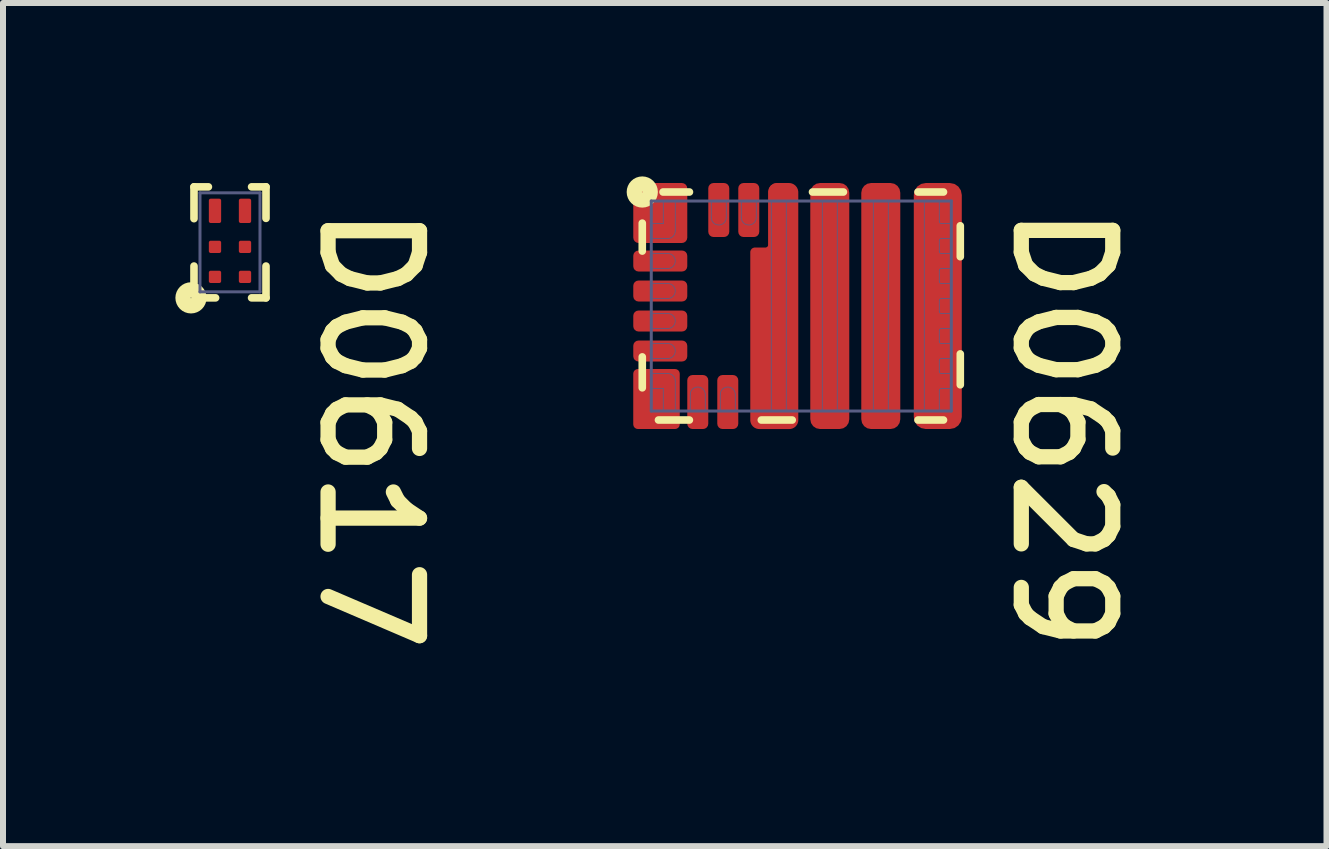
<source format=kicad_pcb>
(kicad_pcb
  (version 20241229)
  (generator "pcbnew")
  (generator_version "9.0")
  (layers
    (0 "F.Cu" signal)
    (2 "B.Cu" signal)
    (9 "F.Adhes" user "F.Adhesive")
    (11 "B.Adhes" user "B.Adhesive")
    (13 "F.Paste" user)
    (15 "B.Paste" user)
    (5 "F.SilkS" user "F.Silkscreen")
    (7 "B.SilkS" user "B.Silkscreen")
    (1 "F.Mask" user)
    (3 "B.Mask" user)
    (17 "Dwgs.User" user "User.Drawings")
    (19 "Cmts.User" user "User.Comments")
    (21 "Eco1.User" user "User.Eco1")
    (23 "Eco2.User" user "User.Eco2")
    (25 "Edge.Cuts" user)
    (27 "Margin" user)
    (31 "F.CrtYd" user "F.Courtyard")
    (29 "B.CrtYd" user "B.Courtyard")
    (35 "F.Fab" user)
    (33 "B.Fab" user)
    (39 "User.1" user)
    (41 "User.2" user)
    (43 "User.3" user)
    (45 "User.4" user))
  (footprint "D0629"
    (layer "F.Cu")
    (at 10.304 2.05)
    (property "Reference" "D0629" (at 3.467 -1.791 270) (unlocked yes) (layer "F.SilkS") (effects (font (size 1.524 1.524) (thickness 0.254)) (justify left bottom)))
    (attr smd)
    (fp_poly (pts (xy -2.525 1.39) (xy -2.075 1.39) (xy -2.075 1.11) (xy -2.525 1.11)) (stroke (width 0.07) (type solid)) (fill yes) (layer "F.Mask"))
    (fp_poly (pts (xy -2.075 -1.39) (xy -2.525 -1.39) (xy -2.525 -1.11) (xy -2.075 -1.11)) (stroke (width 0.07) (type solid)) (fill yes) (layer "F.Mask"))
    (fp_poly (pts (xy -2.072 -1.302) (xy -2.072 -1.758) (xy -2.328 -1.758) (xy -2.328 -1.302)) (stroke (width 0.064) (type solid)) (fill yes) (layer "F.Mask"))
    (fp_poly (pts (xy -2.072 1.758) (xy -2.072 1.302) (xy -2.328 1.302) (xy -2.328 1.758)) (stroke (width 0.064) (type solid)) (fill yes) (layer "F.Mask"))
    (fp_poly (pts (xy -2.07 -0.87) (xy -2.53 -0.87) (xy -2.53 -0.63) (xy -2.07 -0.63)) (stroke (width 0.06) (type solid)) (fill yes) (layer "F.Mask"))
    (fp_poly (pts (xy -2.07 0.13) (xy -2.53 0.13) (xy -2.53 0.37) (xy -2.07 0.37)) (stroke (width 0.06) (type solid)) (fill yes) (layer "F.Mask"))
    (fp_poly (pts (xy -2.07 0.63) (xy -2.53 0.63) (xy -2.53 0.87) (xy -2.07 0.87)) (stroke (width 0.06) (type solid)) (fill yes) (layer "F.Mask"))
    (fp_poly (pts (xy -2.07 -0.37) (xy -2.53 -0.37) (xy -2.53 -0.13) (xy -2.07 -0.13)) (stroke (width 0.06) (type solid)) (fill yes) (layer "F.Mask"))
    (fp_poly (pts (xy -1.845 1.32) (xy -1.845 1.78) (xy -1.605 1.78) (xy -1.605 1.32)) (stroke (width 0.06) (type solid)) (fill yes) (layer "F.Mask"))
    (fp_poly (pts (xy -1.345 1.32) (xy -1.345 1.78) (xy -1.105 1.78) (xy -1.105 1.32)) (stroke (width 0.06) (type solid)) (fill yes) (layer "F.Mask"))
    (fp_poly (pts (xy -1.255 -1.32) (xy -1.255 -1.78) (xy -1.495 -1.78) (xy -1.495 -1.32)) (stroke (width 0.06) (type solid)) (fill yes) (layer "F.Mask"))
    (fp_poly (pts (xy -0.755 -1.32) (xy -0.755 -1.78) (xy -0.995 -1.78) (xy -0.995 -1.32)) (stroke (width 0.06) (type solid)) (fill yes) (layer "F.Mask"))
    (fp_poly (pts (xy -0.255 1.78) (xy -0.255 -1.78) (xy -0.495 -1.78) (xy -0.495 1.78)) (stroke (width 0.06) (type solid)) (fill yes) (layer "F.Mask"))
    (fp_poly (pts (xy 0.567 1.718) (xy 0.567 -1.718) (xy 0.382 -1.718) (xy 0.382 1.718)) (stroke (width 0.185) (type solid)) (fill yes) (layer "F.Mask"))
    (fp_poly (pts (xy 1.417 1.718) (xy 1.417 -1.718) (xy 1.232 -1.718) (xy 1.232 1.718)) (stroke (width 0.185) (type solid)) (fill yes) (layer "F.Mask"))
    (fp_poly (pts (xy 2.515 1.75) (xy 2.515 -1.75) (xy 2.035 -1.75) (xy 2.035 1.75)) (stroke (width 0.12) (type solid)) (fill yes) (layer "F.Mask"))
    (fp_line (start -2.65 -1.381) (end -2.65 -0.916) (stroke (width 0.127) (type solid)) (layer "F.SilkS"))
    (fp_line (start -2.65 0.848) (end -2.65 1.363) (stroke (width 0.127) (type solid)) (layer "F.SilkS"))
    (fp_line (start -2.38 1.9) (end -1.865 1.9) (stroke (width 0.127) (type solid)) (layer "F.SilkS"))
    (fp_line (start -2.304 -1.9) (end -1.864 -1.9) (stroke (width 0.127) (type solid)) (layer "F.SilkS"))
    (fp_line (start -0.666 1.9) (end -0.151 1.9) (stroke (width 0.127) (type solid)) (layer "F.SilkS"))
    (fp_line (start 0.187 -1.9) (end 0.702 -1.9) (stroke (width 0.127) (type solid)) (layer "F.SilkS"))
    (fp_line (start 1.945 -1.9) (end 2.37 -1.9) (stroke (width 0.127) (type solid)) (layer "F.SilkS"))
    (fp_line (start 1.945 1.9) (end 2.37 1.9) (stroke (width 0.127) (type solid)) (layer "F.SilkS"))
    (fp_line (start 2.65 -1.337) (end 2.65 -0.822) (stroke (width 0.127) (type solid)) (layer "F.SilkS"))
    (fp_line (start 2.65 0.798) (end 2.65 1.313) (stroke (width 0.127) (type solid)) (layer "F.SilkS"))
    (fp_circle (center -2.65 -1.9) (end -2.644 -1.9) (stroke (width 0.254) (type solid)) (fill no) (layer "F.SilkS"))
    (fp_poly (pts (xy -2.458 -0.312) (xy -2.458 -0.188) (xy -2.183 -0.188) (xy -2.183 -0.312)) (stroke (width 0.125) (type solid)) (fill yes) (layer "F.Paste"))
    (fp_poly (pts (xy -2.438 -0.812) (xy -2.438 -0.688) (xy -2.163 -0.688) (xy -2.163 -0.812)) (stroke (width 0.125) (type solid)) (fill yes) (layer "F.Paste"))
    (fp_poly (pts (xy -2.438 0.188) (xy -2.438 0.312) (xy -2.163 0.312) (xy -2.163 0.188)) (stroke (width 0.125) (type solid)) (fill yes) (layer "F.Paste"))
    (fp_poly (pts (xy -2.438 0.688) (xy -2.438 0.812) (xy -2.163 0.812) (xy -2.163 0.688)) (stroke (width 0.125) (type solid)) (fill yes) (layer "F.Paste"))
    (fp_poly (pts (xy -2.297 1.491) (xy -2.129 1.491) (xy -2.129 1.159) (xy -2.297 1.159)) (stroke (width 0.168) (type solid)) (fill yes) (layer "F.Paste"))
    (fp_poly (pts (xy -2.191 -1.541) (xy -2.359 -1.541) (xy -2.359 -1.209) (xy -2.191 -1.209)) (stroke (width 0.168) (type solid)) (fill yes) (layer "F.Paste"))
    (fp_poly (pts (xy -1.788 1.687) (xy -1.663 1.687) (xy -1.663 1.412) (xy -1.788 1.412)) (stroke (width 0.125) (type solid)) (fill yes) (layer "F.Paste"))
    (fp_poly (pts (xy -1.313 -1.687) (xy -1.438 -1.687) (xy -1.438 -1.412) (xy -1.313 -1.412)) (stroke (width 0.125) (type solid)) (fill yes) (layer "F.Paste"))
    (fp_poly (pts (xy -1.288 1.687) (xy -1.163 1.687) (xy -1.163 1.412) (xy -1.288 1.412)) (stroke (width 0.125) (type solid)) (fill yes) (layer "F.Paste"))
    (fp_poly (pts (xy -0.813 -1.687) (xy -0.938 -1.687) (xy -0.938 -1.412) (xy -0.813 -1.412)) (stroke (width 0.125) (type solid)) (fill yes) (layer "F.Paste"))
    (fp_poly (pts (xy -0.313 1.688) (xy -0.313 -1.688) (xy -0.438 -1.688) (xy -0.438 1.688)) (stroke (width 0.125) (type solid)) (fill yes) (layer "F.Paste"))
    (fp_poly (pts (xy 0.537 1.688) (xy 0.537 -1.688) (xy 0.412 -1.688) (xy 0.412 1.688)) (stroke (width 0.125) (type solid)) (fill yes) (layer "F.Paste"))
    (fp_poly (pts (xy 1.387 1.688) (xy 1.387 -1.688) (xy 1.262 -1.688) (xy 1.262 1.688)) (stroke (width 0.125) (type solid)) (fill yes) (layer "F.Paste"))
    (fp_poly (pts (xy 2.302 1.666) (xy 2.302 -1.666) (xy 2.134 -1.666) (xy 2.134 1.666)) (stroke (width 0.168) (type solid)) (fill yes) (layer "F.Paste"))
    (fp_line (start -2.5 -1.75) (end -2.5 1.75) (stroke (width 0.05) (type solid)) (layer "B.Fab"))
    (fp_line (start -2.5 -1.75) (end 2.5 -1.75) (stroke (width 0.05) (type solid)) (layer "B.Fab"))
    (fp_line (start -2.5 -1.375) (end -2.5 -1.125) (stroke (width 0.013) (type solid)) (layer "B.Fab"))
    (fp_line (start -2.5 -1.375) (end -2.3 -1.375) (stroke (width 0.013) (type solid)) (layer "B.Fab"))
    (fp_line (start -2.5 -1.125) (end -2.225 -1.125) (stroke (width 0.013) (type solid)) (layer "B.Fab"))
    (fp_line (start -2.5 -0.875) (end -2.5 -0.625) (stroke (width 0.013) (type solid)) (layer "B.Fab"))
    (fp_line (start -2.5 -0.875) (end -2.225 -0.875) (stroke (width 0.013) (type solid)) (layer "B.Fab"))
    (fp_line (start -2.5 -0.625) (end -2.225 -0.625) (stroke (width 0.013) (type solid)) (layer "B.Fab"))
    (fp_line (start -2.5 -0.375) (end -2.5 -0.125) (stroke (width 0.013) (type solid)) (layer "B.Fab"))
    (fp_line (start -2.5 -0.375) (end -2.225 -0.375) (stroke (width 0.013) (type solid)) (layer "B.Fab"))
    (fp_line (start -2.5 -0.125) (end -2.225 -0.125) (stroke (width 0.013) (type solid)) (layer "B.Fab"))
    (fp_line (start -2.5 0.125) (end -2.5 0.375) (stroke (width 0.013) (type solid)) (layer "B.Fab"))
    (fp_line (start -2.5 0.125) (end -2.225 0.125) (stroke (width 0.013) (type solid)) (layer "B.Fab"))
    (fp_line (start -2.5 0.375) (end -2.225 0.375) (stroke (width 0.013) (type solid)) (layer "B.Fab"))
    (fp_line (start -2.5 0.625) (end -2.5 0.875) (stroke (width 0.013) (type solid)) (layer "B.Fab"))
    (fp_line (start -2.5 0.625) (end -2.225 0.625) (stroke (width 0.013) (type solid)) (layer "B.Fab"))
    (fp_line (start -2.5 0.875) (end -2.225 0.875) (stroke (width 0.013) (type solid)) (layer "B.Fab"))
    (fp_line (start -2.5 1.125) (end -2.5 1.375) (stroke (width 0.013) (type solid)) (layer "B.Fab"))
    (fp_line (start -2.5 1.125) (end -2.225 1.125) (stroke (width 0.013) (type solid)) (layer "B.Fab"))
    (fp_line (start -2.5 1.375) (end -2.3 1.375) (stroke (width 0.013) (type solid)) (layer "B.Fab"))
    (fp_line (start -2.5 1.75) (end 2.5 1.75) (stroke (width 0.05) (type solid)) (layer "B.Fab"))
    (fp_line (start -2.3 -1.75) (end -2.3 -1.375) (stroke (width 0.013) (type solid)) (layer "B.Fab"))
    (fp_line (start -2.3 -1.75) (end -2.1 -1.75) (stroke (width 0.013) (type solid)) (layer "B.Fab"))
    (fp_line (start -2.3 1.375) (end -2.3 1.75) (stroke (width 0.013) (type solid)) (layer "B.Fab"))
    (fp_line (start -2.3 1.75) (end -2.1 1.75) (stroke (width 0.013) (type solid)) (layer "B.Fab"))
    (fp_line (start -2.1 -1.75) (end -2.1 -1.25) (stroke (width 0.013) (type solid)) (layer "B.Fab"))
    (fp_line (start -2.1 1.25) (end -2.1 1.75) (stroke (width 0.013) (type solid)) (layer "B.Fab"))
    (fp_line (start -1.85 1.475) (end -1.85 1.75) (stroke (width 0.013) (type solid)) (layer "B.Fab"))
    (fp_line (start -1.85 1.75) (end -1.6 1.75) (stroke (width 0.013) (type solid)) (layer "B.Fab"))
    (fp_line (start -1.6 1.475) (end -1.6 1.75) (stroke (width 0.013) (type solid)) (layer "B.Fab"))
    (fp_line (start -1.5 -1.75) (end -1.5 -1.475) (stroke (width 0.013) (type solid)) (layer "B.Fab"))
    (fp_line (start -1.5 -1.75) (end -1.25 -1.75) (stroke (width 0.013) (type solid)) (layer "B.Fab"))
    (fp_line (start -1.35 1.475) (end -1.35 1.75) (stroke (width 0.013) (type solid)) (layer "B.Fab"))
    (fp_line (start -1.35 1.75) (end -1.1 1.75) (stroke (width 0.013) (type solid)) (layer "B.Fab"))
    (fp_line (start -1.25 -1.75) (end -1.25 -1.475) (stroke (width 0.013) (type solid)) (layer "B.Fab"))
    (fp_line (start -1.1 1.475) (end -1.1 1.75) (stroke (width 0.013) (type solid)) (layer "B.Fab"))
    (fp_line (start -1 -1.75) (end -1 -1.475) (stroke (width 0.013) (type solid)) (layer "B.Fab"))
    (fp_line (start -1 -1.75) (end -0.75 -1.75) (stroke (width 0.013) (type solid)) (layer "B.Fab"))
    (fp_line (start -0.75 -1.75) (end -0.75 -1.475) (stroke (width 0.013) (type solid)) (layer "B.Fab"))
    (fp_line (start -0.5 -1.75) (end -0.5 1.75) (stroke (width 0.013) (type solid)) (layer "B.Fab"))
    (fp_line (start -0.5 -1.75) (end -0.25 -1.75) (stroke (width 0.013) (type solid)) (layer "B.Fab"))
    (fp_line (start -0.5 1.75) (end -0.25 1.75) (stroke (width 0.013) (type solid)) (layer "B.Fab"))
    (fp_line (start -0.25 -1.75) (end -0.25 1.75) (stroke (width 0.013) (type solid)) (layer "B.Fab"))
    (fp_line (start 0.35 -1.75) (end 0.35 1.75) (stroke (width 0.013) (type solid)) (layer "B.Fab"))
    (fp_line (start 0.35 -1.75) (end 0.6 -1.75) (stroke (width 0.013) (type solid)) (layer "B.Fab"))
    (fp_line (start 0.35 1.75) (end 0.6 1.75) (stroke (width 0.013) (type solid)) (layer "B.Fab"))
    (fp_line (start 0.6 -1.75) (end 0.6 1.75) (stroke (width 0.013) (type solid)) (layer "B.Fab"))
    (fp_line (start 1.2 -1.75) (end 1.2 1.75) (stroke (width 0.013) (type solid)) (layer "B.Fab"))
    (fp_line (start 1.2 -1.75) (end 1.45 -1.75) (stroke (width 0.013) (type solid)) (layer "B.Fab"))
    (fp_line (start 1.2 1.75) (end 1.45 1.75) (stroke (width 0.013) (type solid)) (layer "B.Fab"))
    (fp_line (start 1.45 -1.75) (end 1.45 1.75) (stroke (width 0.013) (type solid)) (layer "B.Fab"))
    (fp_line (start 2.05 -1.75) (end 2.05 1.75) (stroke (width 0.013) (type solid)) (layer "B.Fab"))
    (fp_line (start 2.05 -1.75) (end 2.3 -1.75) (stroke (width 0.013) (type solid)) (layer "B.Fab"))
    (fp_line (start 2.05 1.75) (end 2.3 1.75) (stroke (width 0.013) (type solid)) (layer "B.Fab"))
    (fp_line (start 2.3 -1.75) (end 2.3 -1.41) (stroke (width 0.013) (type solid)) (layer "B.Fab"))
    (fp_line (start 2.3 -1.09) (end 2.3 -0.91) (stroke (width 0.013) (type solid)) (layer "B.Fab"))
    (fp_line (start 2.3 -0.59) (end 2.3 -0.41) (stroke (width 0.013) (type solid)) (layer "B.Fab"))
    (fp_line (start 2.3 -0.09) (end 2.3 0.09) (stroke (width 0.013) (type solid)) (layer "B.Fab"))
    (fp_line (start 2.3 0.41) (end 2.3 0.59) (stroke (width 0.013) (type solid)) (layer "B.Fab"))
    (fp_line (start 2.3 0.91) (end 2.3 1.09) (stroke (width 0.013) (type solid)) (layer "B.Fab"))
    (fp_line (start 2.3 1.41) (end 2.3 1.75) (stroke (width 0.013) (type solid)) (layer "B.Fab"))
    (fp_line (start 2.335 -1.375) (end 2.5 -1.375) (stroke (width 0.013) (type solid)) (layer "B.Fab"))
    (fp_line (start 2.335 -1.125) (end 2.5 -1.125) (stroke (width 0.013) (type solid)) (layer "B.Fab"))
    (fp_line (start 2.335 -0.875) (end 2.5 -0.875) (stroke (width 0.013) (type solid)) (layer "B.Fab"))
    (fp_line (start 2.335 -0.625) (end 2.5 -0.625) (stroke (width 0.013) (type solid)) (layer "B.Fab"))
    (fp_line (start 2.335 -0.375) (end 2.5 -0.375) (stroke (width 0.013) (type solid)) (layer "B.Fab"))
    (fp_line (start 2.335 -0.125) (end 2.5 -0.125) (stroke (width 0.013) (type solid)) (layer "B.Fab"))
    (fp_line (start 2.335 0.125) (end 2.5 0.125) (stroke (width 0.013) (type solid)) (layer "B.Fab"))
    (fp_line (start 2.335 0.375) (end 2.5 0.375) (stroke (width 0.013) (type solid)) (layer "B.Fab"))
    (fp_line (start 2.335 0.625) (end 2.5 0.625) (stroke (width 0.013) (type solid)) (layer "B.Fab"))
    (fp_line (start 2.335 0.875) (end 2.5 0.875) (stroke (width 0.013) (type solid)) (layer "B.Fab"))
    (fp_line (start 2.335 1.125) (end 2.5 1.125) (stroke (width 0.013) (type solid)) (layer "B.Fab"))
    (fp_line (start 2.335 1.375) (end 2.5 1.375) (stroke (width 0.013) (type solid)) (layer "B.Fab"))
    (fp_line (start 2.5 -1.75) (end 2.5 1.75) (stroke (width 0.05) (type solid)) (layer "B.Fab"))
    (fp_line (start 2.5 -1.375) (end 2.5 -1.125) (stroke (width 0.013) (type solid)) (layer "B.Fab"))
    (fp_line (start 2.5 -0.875) (end 2.5 -0.625) (stroke (width 0.013) (type solid)) (layer "B.Fab"))
    (fp_line (start 2.5 -0.375) (end 2.5 -0.125) (stroke (width 0.013) (type solid)) (layer "B.Fab"))
    (fp_line (start 2.5 0.125) (end 2.5 0.375) (stroke (width 0.013) (type solid)) (layer "B.Fab"))
    (fp_line (start 2.5 0.625) (end 2.5 0.875) (stroke (width 0.013) (type solid)) (layer "B.Fab"))
    (fp_line (start 2.5 1.125) (end 2.5 1.375) (stroke (width 0.013) (type solid)) (layer "B.Fab"))
    (fp_arc (start -2.22525 -0.87508) (mid -2.10025 -0.75008) (end -2.22525 -0.62508) (stroke (width 0.0127) (type solid)) (layer "B.Fab"))
    (fp_arc (start -2.22525 -0.37508) (mid -2.10025 -0.25008) (end -2.22525 -0.12508) (stroke (width 0.0127) (type solid)) (layer "B.Fab"))
    (fp_arc (start -2.22525 0.12492) (mid -2.10025 0.24992) (end -2.22525 0.37492) (stroke (width 0.0127) (type solid)) (layer "B.Fab"))
    (fp_arc (start -2.22525 0.62492) (mid -2.10025 0.74992) (end -2.22525 0.87492) (stroke (width 0.0127) (type solid)) (layer "B.Fab"))
    (fp_arc (start -2.22525 1.12492) (mid -2.136862 1.161532) (end -2.10025 1.24992) (stroke (width 0.0127) (type solid)) (layer "B.Fab"))
    (fp_arc (start -2.10025 -1.25008) (mid -2.136862 -1.161692) (end -2.22525 -1.12508) (stroke (width 0.0127) (type solid)) (layer "B.Fab"))
    (fp_arc (start -1.85025 1.47492) (mid -1.72525 1.34992) (end -1.60025 1.47492) (stroke (width 0.0127) (type solid)) (layer "B.Fab"))
    (fp_arc (start -1.35025 1.47492) (mid -1.22525 1.34992) (end -1.10025 1.47492) (stroke (width 0.0127) (type solid)) (layer "B.Fab"))
    (fp_arc (start -1.25025 -1.47508) (mid -1.37525 -1.35008) (end -1.50025 -1.47508) (stroke (width 0.0127) (type solid)) (layer "B.Fab"))
    (fp_arc (start -0.75025 -1.47508) (mid -0.87525 -1.35008) (end -1.00025 -1.47508) (stroke (width 0.0127) (type solid)) (layer "B.Fab"))
    (fp_arc (start 2.29975 -1.090079) (mid 2.310001 -1.114828) (end 2.334749 -1.12508) (stroke (width 0.0127) (type solid)) (layer "B.Fab"))
    (fp_arc (start 2.29975 -0.59008) (mid 2.310001 -0.614829) (end 2.33475 -0.62508) (stroke (width 0.0127) (type solid)) (layer "B.Fab"))
    (fp_arc (start 2.29975 -0.09008) (mid 2.310001 -0.114829) (end 2.33475 -0.12508) (stroke (width 0.0127) (type solid)) (layer "B.Fab"))
    (fp_arc (start 2.29975 0.409921) (mid 2.310001 0.385172) (end 2.334749 0.37492) (stroke (width 0.0127) (type solid)) (layer "B.Fab"))
    (fp_arc (start 2.29975 0.90992) (mid 2.310001 0.885171) (end 2.33475 0.87492) (stroke (width 0.0127) (type solid)) (layer "B.Fab"))
    (fp_arc (start 2.29975 1.409921) (mid 2.310001 1.385172) (end 2.334749 1.37492) (stroke (width 0.0127) (type solid)) (layer "B.Fab"))
    (fp_arc (start 2.334749 -1.37508) (mid 2.310001 -1.385332) (end 2.29975 -1.410081) (stroke (width 0.0127) (type solid)) (layer "B.Fab"))
    (fp_arc (start 2.334749 -0.37508) (mid 2.310001 -0.385332) (end 2.29975 -0.410081) (stroke (width 0.0127) (type solid)) (layer "B.Fab"))
    (fp_arc (start 2.334749 1.12492) (mid 2.310001 1.114668) (end 2.29975 1.089919) (stroke (width 0.0127) (type solid)) (layer "B.Fab"))
    (fp_arc (start 2.33475 -0.87508) (mid 2.310001 -0.885331) (end 2.29975 -0.91008) (stroke (width 0.0127) (type solid)) (layer "B.Fab"))
    (fp_arc (start 2.33475 0.12492) (mid 2.310001 0.114669) (end 2.29975 0.08992) (stroke (width 0.0127) (type solid)) (layer "B.Fab"))
    (fp_arc (start 2.33475 0.62492) (mid 2.310001 0.614669) (end 2.29975 0.58992) (stroke (width 0.0127) (type solid)) (layer "B.Fab"))
    (pad "" smd custom (at -0.05 -1.894 270) (size 0.000001 0.000001) (layers "F.Cu") (options (anchor circle)) (primitives (gr_poly (pts (arc (start 0 0) (mid -0.110104 0.045606) (end -0.15571 0.15571)) (arc (start -0.15571 0.34429) (mid -0.110104 0.454394) (end 0 0.5)) (arc (start 0.86929 0.5) (mid 0.904652 0.514648) (end 0.9193 0.55001)) (xy 0.919 0.55) (arc (start 0.91929 0.72195) (mid 0.942153 0.777147) (end 0.99735 0.80001)) (arc (start 3.79429 0.80001) (mid 3.900356 0.756076) (end 3.94429 0.65001)) (arc (start 3.94429 0.15001) (mid 3.900356 0.043944) (end 3.79429 0.00001)) (xy 3.794 0)) (width 0) (fill yes))))
    (pad "1" smd roundrect (at -2.35 -1.55) (size 0.9 1) (layers "F.Cu" "F.Mask" "F.Paste") (roundrect_rratio 0.1))
    (pad "2" smd roundrect (at -2.35 -0.75 90) (size 0.35 0.9) (layers "F.Cu" "F.Mask" "F.Paste") (roundrect_rratio 0.25))
    (pad "3" smd roundrect (at -2.35 -0.25 90) (size 0.35 0.9) (layers "F.Cu" "F.Mask" "F.Paste") (roundrect_rratio 0.25))
    (pad "4" smd roundrect (at -2.35 0.25 90) (size 0.35 0.9) (layers "F.Cu" "F.Mask" "F.Paste") (roundrect_rratio 0.25))
    (pad "5" smd roundrect (at -2.35 0.75 90) (size 0.35 0.9) (layers "F.Cu" "F.Mask" "F.Paste") (roundrect_rratio 0.25))
    (pad "6" smd roundrect (at -2.413 1.55) (size 0.775 1) (layers "F.Cu" "F.Mask" "F.Paste") (roundrect_rratio 0.1))
    (pad "7" smd roundrect (at -1.725 1.6 180) (size 0.35 0.9) (layers "F.Cu" "F.Mask" "F.Paste") (roundrect_rratio 0.25))
    (pad "8" smd roundrect (at -1.225 1.6 180) (size 0.35 0.9) (layers "F.Cu" "F.Mask" "F.Paste") (roundrect_rratio 0.25))
    (pad "9" smd roundrect (at -0.375 0) (size 0.35 4.1) (layers "F.Cu" "F.Mask" "F.Paste") (roundrect_rratio 0.4))
    (pad "10" smd roundrect (at 0.475 0) (size 0.65 4.1) (layers "F.Cu" "F.Mask" "F.Paste") (roundrect_rratio 0.25))
    (pad "11" smd roundrect (at 1.325 0) (size 0.65 4.1) (layers "F.Cu" "F.Mask" "F.Paste") (roundrect_rratio 0.25))
    (pad "12" smd roundrect (at 2.275 -0.00004) (size 0.8 4.1) (layers "F.Cu" "F.Mask" "F.Paste") (roundrect_rratio 0.25))
    (pad "13" smd roundrect (at -0.875 -1.6) (size 0.35 0.9) (layers "F.Cu" "F.Mask" "F.Paste") (roundrect_rratio 0.25))
    (pad "14" smd roundrect (at -1.375 -1.6) (size 0.35 0.9) (layers "F.Cu" "F.Mask" "F.Paste") (roundrect_rratio 0.25)))
  (footprint "D0617"
    (layer "F.Cu")
    (at 0.783 0.989)
    (property "Reference" "D0617" (at 1.435 -0.724 270) (unlocked yes) (layer "F.SilkS") (effects (font (size 1.524 1.524) (thickness 0.254)) (justify left bottom)))
    (attr smd)
    (fp_line (start -0.6 -0.925) (end -0.6 -0.395) (stroke (width 0.127) (type solid)) (layer "F.SilkS"))
    (fp_line (start -0.6 -0.925) (end -0.36 -0.925) (stroke (width 0.127) (type solid)) (layer "F.SilkS"))
    (fp_line (start -0.6 0.395) (end -0.6 0.674) (stroke (width 0.127) (type solid)) (layer "F.SilkS"))
    (fp_line (start -0.4 0.925) (end -0.24 0.925) (stroke (width 0.127) (type solid)) (layer "F.SilkS"))
    (fp_line (start 0.36 -0.925) (end 0.6 -0.925) (stroke (width 0.127) (type solid)) (layer "F.SilkS"))
    (fp_line (start 0.36 0.925) (end 0.6 0.925) (stroke (width 0.127) (type solid)) (layer "F.SilkS"))
    (fp_line (start 0.6 -0.925) (end 0.6 -0.4) (stroke (width 0.127) (type solid)) (layer "F.SilkS"))
    (fp_line (start 0.6 0.395) (end 0.6 0.925) (stroke (width 0.127) (type solid)) (layer "F.SilkS"))
    (fp_circle (center -0.65 0.925) (end -0.644 0.925) (stroke (width 0.254) (type solid)) (fill no) (layer "F.SilkS"))
    (fp_line (start -0.5 -0.825) (end -0.5 0.825) (stroke (width 0.05) (type solid)) (layer "B.Fab"))
    (fp_line (start -0.5 -0.825) (end 0.5 -0.825) (stroke (width 0.05) (type solid)) (layer "B.Fab"))
    (fp_line (start 0.5 -0.825) (end 0.5 0.825) (stroke (width 0.05) (type solid)) (layer "B.Fab"))
    (fp_line (start 0.5 0.825) (end -0.5 0.825) (stroke (width 0.05) (type solid)) (layer "B.Fab"))
    (pad "1" smd roundrect (at -0.25 0.575 90) (size 0.205 0.205) (layers "F.Cu" "F.Mask" "F.Paste") (roundrect_rratio 0.15))
    (pad "2" smd roundrect (at -0.25 0.075 90) (size 0.205 0.205) (layers "F.Cu" "F.Mask" "F.Paste") (roundrect_rratio 0.15))
    (pad "3" smd roundrect (at -0.25 -0.525 90) (size 0.405 0.205) (layers "F.Cu" "F.Mask" "F.Paste") (roundrect_rratio 0.15))
    (pad "4" smd roundrect (at 0.25 0.575 90) (size 0.205 0.205) (layers "F.Cu" "F.Mask" "F.Paste") (roundrect_rratio 0.15))
    (pad "5" smd roundrect (at 0.25 0.075 90) (size 0.205 0.205) (layers "F.Cu" "F.Mask" "F.Paste") (roundrect_rratio 0.15))
    (pad "6" smd roundrect (at 0.25 -0.525 90) (size 0.405 0.205) (layers "F.Cu" "F.Mask" "F.Paste") (roundrect_rratio 0.15)))
  (gr_rect
    (start -3 -3)
    (end 19.057 11.052)
    (stroke (width 0.1) (type default))
    (fill no)
    (layer "Edge.Cuts")))
</source>
